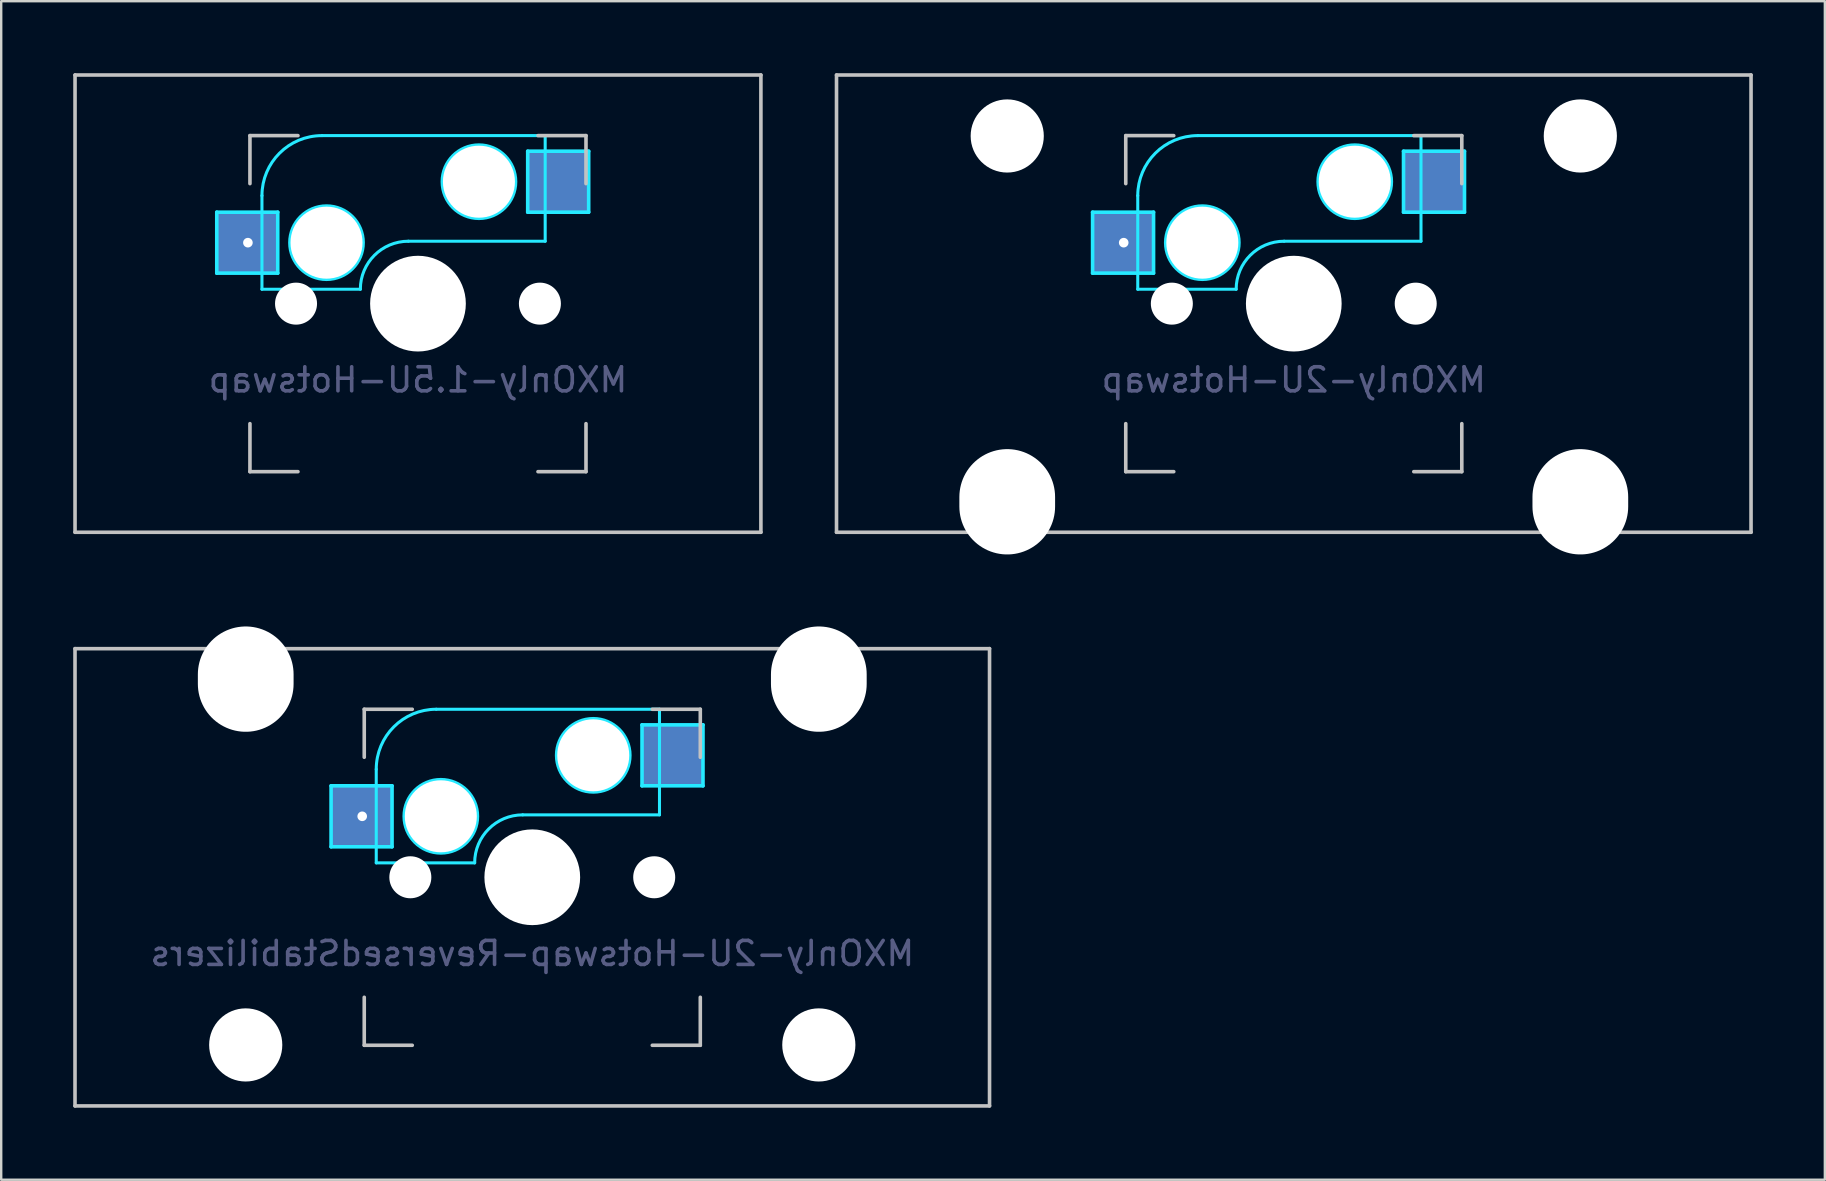
<source format=kicad_pcb>
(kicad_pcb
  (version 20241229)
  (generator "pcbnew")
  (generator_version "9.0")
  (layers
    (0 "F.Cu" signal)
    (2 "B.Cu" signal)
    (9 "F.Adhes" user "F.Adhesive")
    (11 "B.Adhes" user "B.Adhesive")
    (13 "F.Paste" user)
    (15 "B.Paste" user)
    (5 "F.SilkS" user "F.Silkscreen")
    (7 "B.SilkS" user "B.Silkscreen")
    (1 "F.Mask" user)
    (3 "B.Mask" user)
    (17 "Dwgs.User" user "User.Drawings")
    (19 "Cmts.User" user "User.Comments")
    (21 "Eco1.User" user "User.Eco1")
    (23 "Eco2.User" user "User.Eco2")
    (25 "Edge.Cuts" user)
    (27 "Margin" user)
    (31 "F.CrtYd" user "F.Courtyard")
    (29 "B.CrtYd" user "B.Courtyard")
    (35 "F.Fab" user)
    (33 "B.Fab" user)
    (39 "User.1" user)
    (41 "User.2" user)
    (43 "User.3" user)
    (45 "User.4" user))
  (footprint "MXOnly-2U-Hotswap-ReversedStabilizers"
    (layer "F.Cu")
    (at 19.125 33.498)
    (property "Reference" "MXOnly-2U-Hotswap-ReversedStabilizers" (at 0 3.175 0) (layer "B.Fab") (effects (font (size 1 1) (thickness 0.15)) (justify mirror)))
    (attr smd)
    (fp_line (start -19.05 -9.525) (end 19.05 -9.525) (stroke (width 0.15) (type solid)) (layer "Dwgs.User"))
    (fp_line (start -19.05 9.525) (end -19.05 -9.525) (stroke (width 0.15) (type solid)) (layer "Dwgs.User"))
    (fp_line (start -7 -7) (end -7 -5) (stroke (width 0.15) (type solid)) (layer "Dwgs.User"))
    (fp_line (start -7 5) (end -7 7) (stroke (width 0.15) (type solid)) (layer "Dwgs.User"))
    (fp_line (start -7 7) (end -5 7) (stroke (width 0.15) (type solid)) (layer "Dwgs.User"))
    (fp_line (start -5 -7) (end -7 -7) (stroke (width 0.15) (type solid)) (layer "Dwgs.User"))
    (fp_line (start 5 -7) (end 7 -7) (stroke (width 0.15) (type solid)) (layer "Dwgs.User"))
    (fp_line (start 5 7) (end 7 7) (stroke (width 0.15) (type solid)) (layer "Dwgs.User"))
    (fp_line (start 7 -7) (end 7 -5) (stroke (width 0.15) (type solid)) (layer "Dwgs.User"))
    (fp_line (start 7 7) (end 7 5) (stroke (width 0.15) (type solid)) (layer "Dwgs.User"))
    (fp_line (start 19.05 -9.525) (end 19.05 9.525) (stroke (width 0.15) (type solid)) (layer "Dwgs.User"))
    (fp_line (start 19.05 9.525) (end -19.05 9.525) (stroke (width 0.15) (type solid)) (layer "Dwgs.User"))
    (fp_line (start -8.382 -3.81) (end -5.842 -3.81) (stroke (width 0.15) (type solid)) (layer "B.CrtYd"))
    (fp_line (start -8.382 -1.27) (end -8.382 -3.81) (stroke (width 0.15) (type solid)) (layer "B.CrtYd"))
    (fp_line (start -6.5 -4.5) (end -6.5 -0.6) (stroke (width 0.127) (type solid)) (layer "B.CrtYd"))
    (fp_line (start -6.5 -0.6) (end -2.4 -0.6) (stroke (width 0.127) (type solid)) (layer "B.CrtYd"))
    (fp_line (start -5.842 -3.81) (end -5.842 -1.27) (stroke (width 0.15) (type solid)) (layer "B.CrtYd"))
    (fp_line (start -5.842 -1.27) (end -8.382 -1.27) (stroke (width 0.15) (type solid)) (layer "B.CrtYd"))
    (fp_line (start -0.4 -2.6) (end 5.3 -2.6) (stroke (width 0.127) (type solid)) (layer "B.CrtYd"))
    (fp_line (start 4.572 -6.35) (end 7.112 -6.35) (stroke (width 0.15) (type solid)) (layer "B.CrtYd"))
    (fp_line (start 4.572 -3.81) (end 4.572 -6.35) (stroke (width 0.15) (type solid)) (layer "B.CrtYd"))
    (fp_line (start 5.3 -7) (end -4 -7) (stroke (width 0.127) (type solid)) (layer "B.CrtYd"))
    (fp_line (start 5.3 -7) (end 5.3 -2.6) (stroke (width 0.127) (type solid)) (layer "B.CrtYd"))
    (fp_line (start 7.112 -6.35) (end 7.112 -3.81) (stroke (width 0.15) (type solid)) (layer "B.CrtYd"))
    (fp_line (start 7.112 -3.81) (end 4.572 -3.81) (stroke (width 0.15) (type solid)) (layer "B.CrtYd"))
    (fp_arc (start -6.5 -4.5) (mid -5.767767 -6.267767) (end -4 -7) (stroke (width 0.127) (type solid)) (layer "B.CrtYd"))
    (fp_arc (start -2.4 -0.6) (mid -1.814214 -2.014214) (end -0.4 -2.6) (stroke (width 0.127) (type solid)) (layer "B.CrtYd"))
    (fp_circle (center -3.81 -2.54) (end -3.81 -4.064) (stroke (width 0.15) (type solid)) (fill no) (layer "B.CrtYd"))
    (fp_circle (center 2.54 -5.08) (end 2.54 -6.604) (stroke (width 0.15) (type solid)) (fill no) (layer "B.CrtYd"))
    (pad "" np_thru_hole oval (at -11.938 -8.255) (size 3.988 4.388) (drill oval 3.988 4.388) (layers "*.Cu" "*.Mask"))
    (pad "" np_thru_hole circle (at -11.938 6.985) (size 3.048 3.048) (drill 3.048) (layers "*.Cu" "*.Mask"))
    (pad "" np_thru_hole circle (at -5.08 0 48.1) (size 1.75 1.75) (drill 1.75) (layers "*.Cu" "*.Mask"))
    (pad "" np_thru_hole circle (at -3.81 -2.54) (size 3 3) (drill 3) (layers "*.Cu" "*.Mask"))
    (pad "" np_thru_hole circle (at 0 0) (size 3.988 3.988) (drill 3.988) (layers "*.Cu" "*.Mask"))
    (pad "" np_thru_hole circle (at 2.54 -5.08) (size 3 3) (drill 3) (layers "*.Cu" "*.Mask"))
    (pad "" np_thru_hole circle (at 5.08 0 48.1) (size 1.75 1.75) (drill 1.75) (layers "*.Cu" "*.Mask"))
    (pad "" np_thru_hole oval (at 11.938 -8.255) (size 3.988 4.388) (drill oval 3.988 4.388) (layers "*.Cu" "*.Mask"))
    (pad "" np_thru_hole circle (at 11.938 6.985) (size 3.048 3.048) (drill 3.048) (layers "*.Cu" "*.Mask"))
    (pad "1" thru_hole circle (at -7.085 -2.54) (size 0.8 0.8) (drill 0.4) (layers "*.Cu"))
    (pad "1" smd rect (at -7.085 -2.54) (size 2.55 2.5) (layers "B.Cu" "B.Mask" "B.Paste"))
    (pad "2" smd rect (at 5.842 -5.08) (size 2.55 2.5) (layers "B.Cu" "B.Mask" "B.Paste")))
  (footprint "MXOnly-2U-Hotswap"
    (layer "F.Cu")
    (at 50.85 9.6)
    (property "Reference" "MXOnly-2U-Hotswap" (at 0 3.175 0) (layer "B.Fab") (effects (font (size 1 1) (thickness 0.15)) (justify mirror)))
    (attr smd)
    (fp_line (start -19.05 -9.525) (end 19.05 -9.525) (stroke (width 0.15) (type solid)) (layer "Dwgs.User"))
    (fp_line (start -19.05 9.525) (end -19.05 -9.525) (stroke (width 0.15) (type solid)) (layer "Dwgs.User"))
    (fp_line (start -7 -7) (end -7 -5) (stroke (width 0.15) (type solid)) (layer "Dwgs.User"))
    (fp_line (start -7 5) (end -7 7) (stroke (width 0.15) (type solid)) (layer "Dwgs.User"))
    (fp_line (start -7 7) (end -5 7) (stroke (width 0.15) (type solid)) (layer "Dwgs.User"))
    (fp_line (start -5 -7) (end -7 -7) (stroke (width 0.15) (type solid)) (layer "Dwgs.User"))
    (fp_line (start 5 -7) (end 7 -7) (stroke (width 0.15) (type solid)) (layer "Dwgs.User"))
    (fp_line (start 5 7) (end 7 7) (stroke (width 0.15) (type solid)) (layer "Dwgs.User"))
    (fp_line (start 7 -7) (end 7 -5) (stroke (width 0.15) (type solid)) (layer "Dwgs.User"))
    (fp_line (start 7 7) (end 7 5) (stroke (width 0.15) (type solid)) (layer "Dwgs.User"))
    (fp_line (start 19.05 -9.525) (end 19.05 9.525) (stroke (width 0.15) (type solid)) (layer "Dwgs.User"))
    (fp_line (start 19.05 9.525) (end -19.05 9.525) (stroke (width 0.15) (type solid)) (layer "Dwgs.User"))
    (fp_line (start -8.382 -3.81) (end -5.842 -3.81) (stroke (width 0.15) (type solid)) (layer "B.CrtYd"))
    (fp_line (start -8.382 -1.27) (end -8.382 -3.81) (stroke (width 0.15) (type solid)) (layer "B.CrtYd"))
    (fp_line (start -6.5 -4.5) (end -6.5 -0.6) (stroke (width 0.127) (type solid)) (layer "B.CrtYd"))
    (fp_line (start -6.5 -0.6) (end -2.4 -0.6) (stroke (width 0.127) (type solid)) (layer "B.CrtYd"))
    (fp_line (start -5.842 -3.81) (end -5.842 -1.27) (stroke (width 0.15) (type solid)) (layer "B.CrtYd"))
    (fp_line (start -5.842 -1.27) (end -8.382 -1.27) (stroke (width 0.15) (type solid)) (layer "B.CrtYd"))
    (fp_line (start -0.4 -2.6) (end 5.3 -2.6) (stroke (width 0.127) (type solid)) (layer "B.CrtYd"))
    (fp_line (start 4.572 -6.35) (end 7.112 -6.35) (stroke (width 0.15) (type solid)) (layer "B.CrtYd"))
    (fp_line (start 4.572 -3.81) (end 4.572 -6.35) (stroke (width 0.15) (type solid)) (layer "B.CrtYd"))
    (fp_line (start 5.3 -7) (end -4 -7) (stroke (width 0.127) (type solid)) (layer "B.CrtYd"))
    (fp_line (start 5.3 -7) (end 5.3 -2.6) (stroke (width 0.127) (type solid)) (layer "B.CrtYd"))
    (fp_line (start 7.112 -6.35) (end 7.112 -3.81) (stroke (width 0.15) (type solid)) (layer "B.CrtYd"))
    (fp_line (start 7.112 -3.81) (end 4.572 -3.81) (stroke (width 0.15) (type solid)) (layer "B.CrtYd"))
    (fp_arc (start -6.5 -4.5) (mid -5.767767 -6.267767) (end -4 -7) (stroke (width 0.127) (type solid)) (layer "B.CrtYd"))
    (fp_arc (start -2.4 -0.6) (mid -1.814214 -2.014214) (end -0.4 -2.6) (stroke (width 0.127) (type solid)) (layer "B.CrtYd"))
    (fp_circle (center -3.81 -2.54) (end -3.81 -4.064) (stroke (width 0.15) (type solid)) (fill no) (layer "B.CrtYd"))
    (fp_circle (center 2.54 -5.08) (end 2.54 -6.604) (stroke (width 0.15) (type solid)) (fill no) (layer "B.CrtYd"))
    (pad "" np_thru_hole circle (at -11.938 -6.985) (size 3.048 3.048) (drill 3.048) (layers "*.Cu" "*.Mask"))
    (pad "" np_thru_hole oval (at -11.938 8.255) (size 3.988 4.388) (drill oval 3.988 4.388) (layers "*.Cu" "*.Mask"))
    (pad "" np_thru_hole circle (at -5.08 0 48.1) (size 1.75 1.75) (drill 1.75) (layers "*.Cu" "*.Mask"))
    (pad "" np_thru_hole circle (at -3.81 -2.54) (size 3 3) (drill 3) (layers "*.Cu" "*.Mask"))
    (pad "" np_thru_hole circle (at 0 0) (size 3.988 3.988) (drill 3.988) (layers "*.Cu" "*.Mask"))
    (pad "" np_thru_hole circle (at 2.54 -5.08) (size 3 3) (drill 3) (layers "*.Cu" "*.Mask"))
    (pad "" np_thru_hole circle (at 5.08 0 48.1) (size 1.75 1.75) (drill 1.75) (layers "*.Cu" "*.Mask"))
    (pad "" np_thru_hole circle (at 11.938 -6.985) (size 3.048 3.048) (drill 3.048) (layers "*.Cu" "*.Mask"))
    (pad "" np_thru_hole oval (at 11.938 8.255) (size 3.988 4.388) (drill oval 3.988 4.388) (layers "*.Cu" "*.Mask"))
    (pad "1" thru_hole circle (at -7.085 -2.54) (size 0.8 0.8) (drill 0.4) (layers "*.Cu"))
    (pad "1" smd rect (at -7.085 -2.54) (size 2.55 2.5) (layers "B.Cu" "B.Mask" "B.Paste"))
    (pad "2" smd rect (at 5.842 -5.08) (size 2.55 2.5) (layers "B.Cu" "B.Mask" "B.Paste")))
  (footprint "MXOnly-1.5U-Hotswap"
    (layer "F.Cu")
    (at 14.363 9.6)
    (property "Reference" "MXOnly-1.5U-Hotswap" (at 0 3.175 0) (layer "B.Fab") (effects (font (size 1 1) (thickness 0.15)) (justify mirror)))
    (attr smd)
    (fp_line (start -14.287 -9.525) (end 14.287 -9.525) (stroke (width 0.15) (type solid)) (layer "Dwgs.User"))
    (fp_line (start -14.287 9.525) (end -14.287 -9.525) (stroke (width 0.15) (type solid)) (layer "Dwgs.User"))
    (fp_line (start -7 -7) (end -7 -5) (stroke (width 0.15) (type solid)) (layer "Dwgs.User"))
    (fp_line (start -7 5) (end -7 7) (stroke (width 0.15) (type solid)) (layer "Dwgs.User"))
    (fp_line (start -7 7) (end -5 7) (stroke (width 0.15) (type solid)) (layer "Dwgs.User"))
    (fp_line (start -5 -7) (end -7 -7) (stroke (width 0.15) (type solid)) (layer "Dwgs.User"))
    (fp_line (start 5 -7) (end 7 -7) (stroke (width 0.15) (type solid)) (layer "Dwgs.User"))
    (fp_line (start 5 7) (end 7 7) (stroke (width 0.15) (type solid)) (layer "Dwgs.User"))
    (fp_line (start 7 -7) (end 7 -5) (stroke (width 0.15) (type solid)) (layer "Dwgs.User"))
    (fp_line (start 7 7) (end 7 5) (stroke (width 0.15) (type solid)) (layer "Dwgs.User"))
    (fp_line (start 14.287 -9.525) (end 14.287 9.525) (stroke (width 0.15) (type solid)) (layer "Dwgs.User"))
    (fp_line (start 14.287 9.525) (end -14.287 9.525) (stroke (width 0.15) (type solid)) (layer "Dwgs.User"))
    (fp_line (start -8.382 -3.81) (end -5.842 -3.81) (stroke (width 0.15) (type solid)) (layer "B.CrtYd"))
    (fp_line (start -8.382 -1.27) (end -8.382 -3.81) (stroke (width 0.15) (type solid)) (layer "B.CrtYd"))
    (fp_line (start -6.5 -4.5) (end -6.5 -0.6) (stroke (width 0.127) (type solid)) (layer "B.CrtYd"))
    (fp_line (start -6.5 -0.6) (end -2.4 -0.6) (stroke (width 0.127) (type solid)) (layer "B.CrtYd"))
    (fp_line (start -5.842 -3.81) (end -5.842 -1.27) (stroke (width 0.15) (type solid)) (layer "B.CrtYd"))
    (fp_line (start -5.842 -1.27) (end -8.382 -1.27) (stroke (width 0.15) (type solid)) (layer "B.CrtYd"))
    (fp_line (start -0.4 -2.6) (end 5.3 -2.6) (stroke (width 0.127) (type solid)) (layer "B.CrtYd"))
    (fp_line (start 4.572 -6.35) (end 7.112 -6.35) (stroke (width 0.15) (type solid)) (layer "B.CrtYd"))
    (fp_line (start 4.572 -3.81) (end 4.572 -6.35) (stroke (width 0.15) (type solid)) (layer "B.CrtYd"))
    (fp_line (start 5.3 -7) (end -4 -7) (stroke (width 0.127) (type solid)) (layer "B.CrtYd"))
    (fp_line (start 5.3 -7) (end 5.3 -2.6) (stroke (width 0.127) (type solid)) (layer "B.CrtYd"))
    (fp_line (start 7.112 -6.35) (end 7.112 -3.81) (stroke (width 0.15) (type solid)) (layer "B.CrtYd"))
    (fp_line (start 7.112 -3.81) (end 4.572 -3.81) (stroke (width 0.15) (type solid)) (layer "B.CrtYd"))
    (fp_arc (start -6.5 -4.5) (mid -5.767767 -6.267767) (end -4 -7) (stroke (width 0.127) (type solid)) (layer "B.CrtYd"))
    (fp_arc (start -2.4 -0.6) (mid -1.814214 -2.014214) (end -0.4 -2.6) (stroke (width 0.127) (type solid)) (layer "B.CrtYd"))
    (fp_circle (center -3.81 -2.54) (end -3.81 -4.064) (stroke (width 0.15) (type solid)) (fill no) (layer "B.CrtYd"))
    (fp_circle (center 2.54 -5.08) (end 2.54 -6.604) (stroke (width 0.15) (type solid)) (fill no) (layer "B.CrtYd"))
    (pad "" np_thru_hole circle (at -5.08 0 48.1) (size 1.75 1.75) (drill 1.75) (layers "*.Cu" "*.Mask"))
    (pad "" np_thru_hole circle (at -3.81 -2.54) (size 3 3) (drill 3) (layers "*.Cu" "*.Mask"))
    (pad "" np_thru_hole circle (at 0 0) (size 3.988 3.988) (drill 3.988) (layers "*.Cu" "*.Mask"))
    (pad "" np_thru_hole circle (at 2.54 -5.08) (size 3 3) (drill 3) (layers "*.Cu" "*.Mask"))
    (pad "" np_thru_hole circle (at 5.08 0 48.1) (size 1.75 1.75) (drill 1.75) (layers "*.Cu" "*.Mask"))
    (pad "1" thru_hole circle (at -7.085 -2.54) (size 0.8 0.8) (drill 0.4) (layers "*.Cu"))
    (pad "1" smd rect (at -7.085 -2.54) (size 2.55 2.5) (layers "B.Cu" "B.Mask" "B.Paste"))
    (pad "2" smd rect (at 5.842 -5.08) (size 2.55 2.5) (layers "B.Cu" "B.Mask" "B.Paste")))
  (gr_rect
    (start -3 -3)
    (end 72.975 46.098)
    (stroke (width 0.1) (type default))
    (fill no)
    (layer "Edge.Cuts")))
</source>
